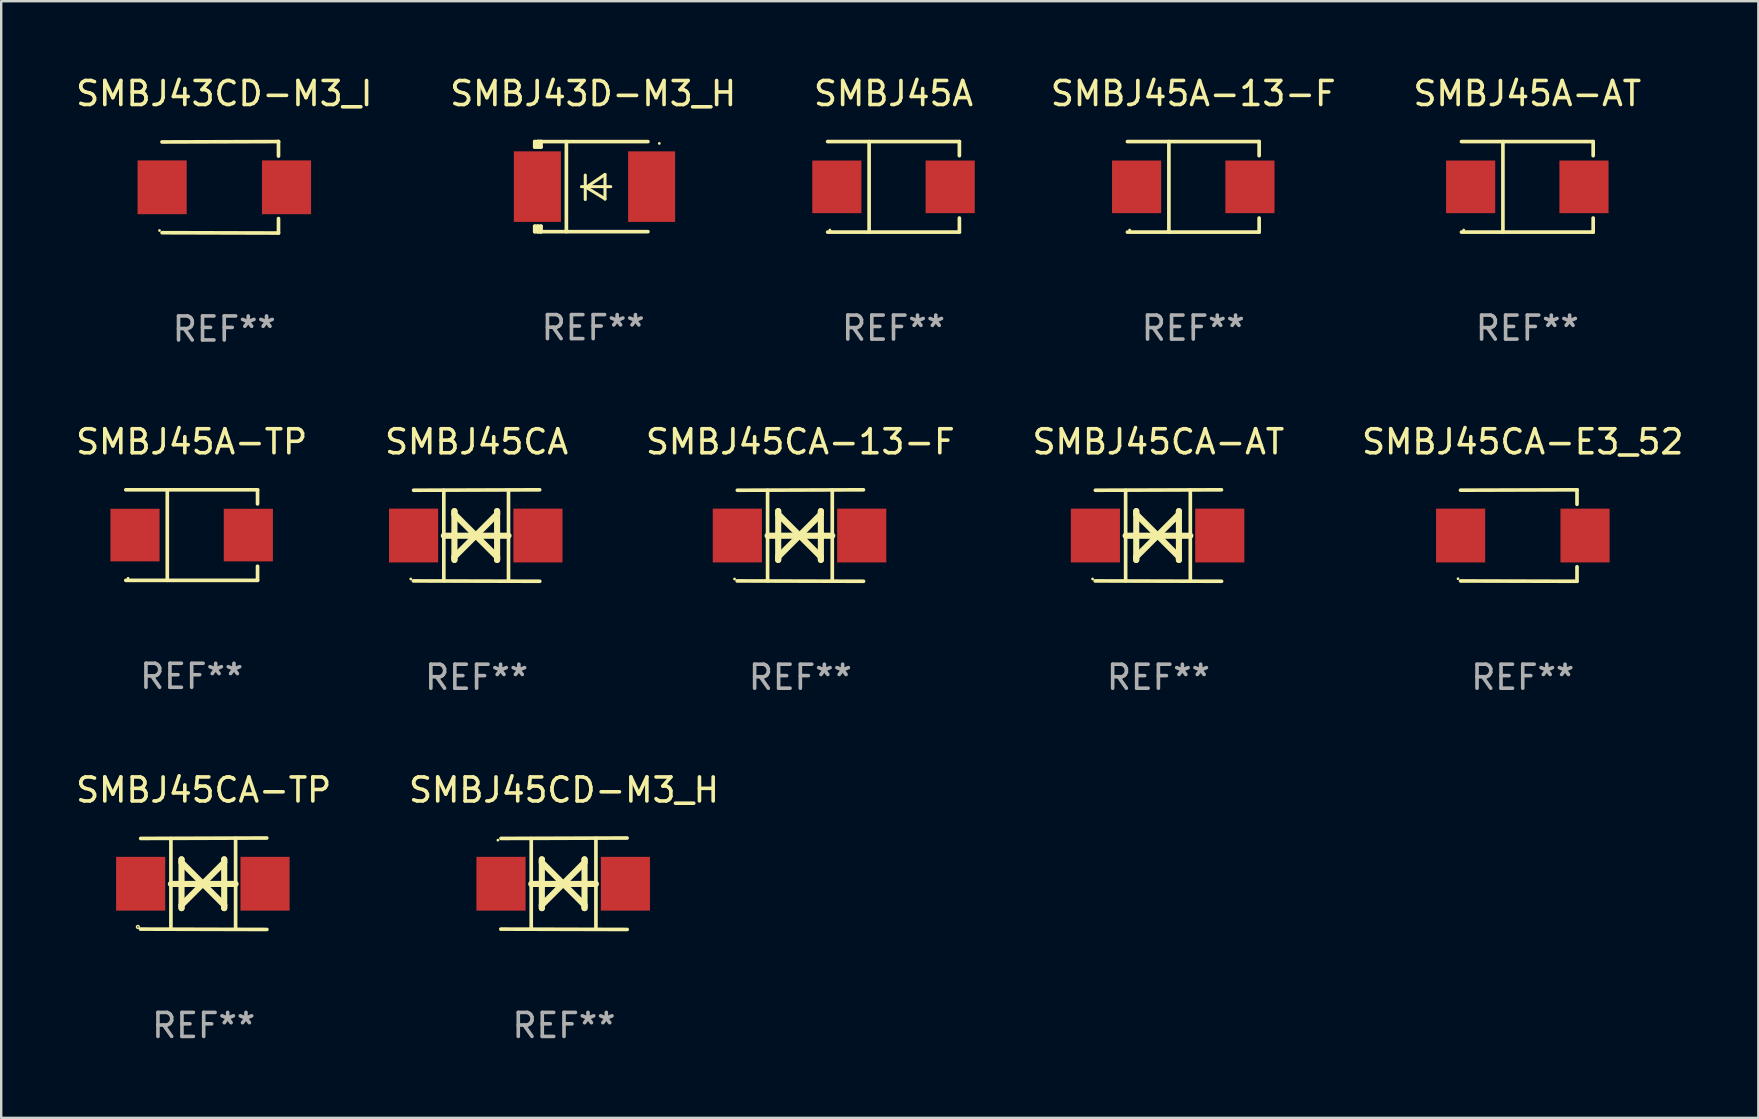
<source format=kicad_pcb>
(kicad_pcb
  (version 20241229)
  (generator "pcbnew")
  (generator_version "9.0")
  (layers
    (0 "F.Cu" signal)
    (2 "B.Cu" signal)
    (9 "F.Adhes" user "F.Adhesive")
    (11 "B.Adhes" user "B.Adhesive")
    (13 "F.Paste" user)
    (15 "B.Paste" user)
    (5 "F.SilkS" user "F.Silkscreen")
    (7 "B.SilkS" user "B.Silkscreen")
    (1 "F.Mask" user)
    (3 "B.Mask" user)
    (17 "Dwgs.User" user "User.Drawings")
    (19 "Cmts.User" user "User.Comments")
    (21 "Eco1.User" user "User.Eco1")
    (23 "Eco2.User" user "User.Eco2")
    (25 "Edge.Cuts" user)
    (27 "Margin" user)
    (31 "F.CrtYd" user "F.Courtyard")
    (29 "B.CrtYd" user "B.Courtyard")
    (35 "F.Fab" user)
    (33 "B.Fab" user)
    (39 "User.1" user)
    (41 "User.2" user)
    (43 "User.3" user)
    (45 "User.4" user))
  (footprint "SMBJ45CA-AT"
    (layer "F.Cu")
    (at 45.208 19.26)
    (property "Reference" "SMBJ45CA-AT" (at 0 -3.905 0) (layer "F.SilkS") (effects (font (size 1 1) (thickness 0.15))))
    (attr through_hole)
    (fp_line (start -1.365 1.886) (end -1.365 -1.886) (stroke (width 0.152) (type solid)) (layer "F.SilkS"))
    (fp_line (start -1.365 0.008) (end 1.33 0.008) (stroke (width 0.254) (type solid)) (layer "F.SilkS"))
    (fp_line (start -0.923 -1.016) (end -0.923 1.016) (stroke (width 0.254) (type solid)) (layer "F.SilkS"))
    (fp_line (start -0.923 -0.889) (end -0.923 -1.016) (stroke (width 0.254) (type solid)) (layer "F.SilkS"))
    (fp_line (start -0.923 0.889) (end -0.034 0) (stroke (width 0.254) (type solid)) (layer "F.SilkS"))
    (fp_line (start -0.923 1.016) (end -0.923 0.889) (stroke (width 0.254) (type solid)) (layer "F.SilkS"))
    (fp_line (start -0.034 0) (end -0.923 -0.889) (stroke (width 0.254) (type solid)) (layer "F.SilkS"))
    (fp_line (start -0.034 0) (end 0.855 0.889) (stroke (width 0.254) (type solid)) (layer "F.SilkS"))
    (fp_line (start 0.855 -1.016) (end 0.855 -0.889) (stroke (width 0.254) (type solid)) (layer "F.SilkS"))
    (fp_line (start 0.855 -0.889) (end -0.034 0) (stroke (width 0.254) (type solid)) (layer "F.SilkS"))
    (fp_line (start 0.855 0.889) (end 0.855 1.016) (stroke (width 0.254) (type solid)) (layer "F.SilkS"))
    (fp_line (start 0.855 1.016) (end 0.855 -1.016) (stroke (width 0.254) (type solid)) (layer "F.SilkS"))
    (fp_line (start 1.33 1.886) (end 1.33 -1.886) (stroke (width 0.152) (type solid)) (layer "F.SilkS"))
    (fp_line (start 2.629 -1.905) (end -2.625 -1.887) (stroke (width 0.152) (type solid)) (layer "F.SilkS"))
    (fp_line (start 2.633 1.905) (end -2.633 1.89) (stroke (width 0.152) (type solid)) (layer "F.SilkS"))
    (fp_circle (center -2.741 1.81) (end -2.711 1.81) (stroke (width 0.06) (type solid)) (fill no) (layer "F.SilkS"))
    (fp_text user "REF**" (at 0 5.905 0) (layer "F.Fab") (effects (font (size 1 1) (thickness 0.15))))
    (pad "1" smd rect (at -2.625 0) (size 2.047 2.241) (layers "F.Cu" "F.Mask" "F.Paste"))
    (pad "2" smd rect (at 2.557 0) (size 2.047 2.241) (layers "F.Cu" "F.Mask" "F.Paste")))
  (footprint "SMBJ45A"
    (layer "F.Cu")
    (at 34.173 4.734)
    (property "Reference" "SMBJ45A" (at 0 -3.886 0) (layer "F.SilkS") (effects (font (size 1 1) (thickness 0.15))))
    (attr through_hole)
    (fp_line (start -2.744 -1.886) (end 2.744 -1.886) (stroke (width 0.152) (type solid)) (layer "F.SilkS"))
    (fp_line (start -2.744 1.886) (end 2.744 1.886) (stroke (width 0.152) (type solid)) (layer "F.SilkS"))
    (fp_line (start -1.016 -1.886) (end -1.016 1.886) (stroke (width 0.152) (type solid)) (layer "F.SilkS"))
    (fp_line (start 2.744 -1.886) (end 2.744 -1.299) (stroke (width 0.152) (type solid)) (layer "F.SilkS"))
    (fp_line (start 2.744 1.886) (end 2.744 1.299) (stroke (width 0.152) (type solid)) (layer "F.SilkS"))
    (fp_circle (center -2.65 1.8) (end -2.62 1.8) (stroke (width 0.06) (type solid)) (fill no) (layer "F.SilkS"))
    (fp_text user "REF**" (at 0 5.886 0) (layer "F.Fab") (effects (font (size 1 1) (thickness 0.15))))
    (pad "1" smd rect (at -2.361 0) (size 2.047 2.192) (layers "F.Cu" "F.Mask" "F.Paste"))
    (pad "2" smd rect (at 2.361 0) (size 2.047 2.192) (layers "F.Cu" "F.Mask" "F.Paste")))
  (footprint "SMBJ43CD-M3_I"
    (layer "F.Cu")
    (at 6.292 4.753)
    (property "Reference" "SMBJ43CD-M3_I" (at 0 -3.905 0) (layer "F.SilkS") (effects (font (size 1 1) (thickness 0.15))))
    (attr through_hole)
    (fp_line (start 2.256 -1.905) (end -2.594 -1.889) (stroke (width 0.152) (type solid)) (layer "F.SilkS"))
    (fp_line (start 2.256 -1.905) (end 2.26 -1.905) (stroke (width 0.152) (type solid)) (layer "F.SilkS"))
    (fp_line (start 2.26 -1.905) (end 2.26 -1.301) (stroke (width 0.152) (type solid)) (layer "F.SilkS"))
    (fp_line (start 2.26 1.301) (end 2.26 1.905) (stroke (width 0.152) (type solid)) (layer "F.SilkS"))
    (fp_line (start 2.26 1.905) (end -2.59 1.892) (stroke (width 0.152) (type solid)) (layer "F.SilkS"))
    (fp_circle (center -2.697 1.8) (end -2.667 1.8) (stroke (width 0.06) (type solid)) (fill no) (layer "F.SilkS"))
    (fp_text user "REF**" (at 0 5.905 0) (layer "F.Fab") (effects (font (size 1 1) (thickness 0.15))))
    (pad "1" smd rect (at -2.588 0) (size 2.047 2.241) (layers "F.Cu" "F.Mask" "F.Paste"))
    (pad "2" smd rect (at 2.594 0) (size 2.047 2.241) (layers "F.Cu" "F.Mask" "F.Paste")))
  (footprint "SMBJ45CA"
    (layer "F.Cu")
    (at 16.804 19.26)
    (property "Reference" "SMBJ45CA" (at 0 -3.905 0) (layer "F.SilkS") (effects (font (size 1 1) (thickness 0.15))))
    (attr through_hole)
    (fp_line (start -1.365 1.886) (end -1.365 -1.886) (stroke (width 0.152) (type solid)) (layer "F.SilkS"))
    (fp_line (start -1.365 0.008) (end 1.33 0.008) (stroke (width 0.254) (type solid)) (layer "F.SilkS"))
    (fp_line (start -0.923 -1.016) (end -0.923 1.016) (stroke (width 0.254) (type solid)) (layer "F.SilkS"))
    (fp_line (start -0.923 -0.889) (end -0.923 -1.016) (stroke (width 0.254) (type solid)) (layer "F.SilkS"))
    (fp_line (start -0.923 0.889) (end -0.034 0) (stroke (width 0.254) (type solid)) (layer "F.SilkS"))
    (fp_line (start -0.923 1.016) (end -0.923 0.889) (stroke (width 0.254) (type solid)) (layer "F.SilkS"))
    (fp_line (start -0.034 0) (end -0.923 -0.889) (stroke (width 0.254) (type solid)) (layer "F.SilkS"))
    (fp_line (start -0.034 0) (end 0.855 0.889) (stroke (width 0.254) (type solid)) (layer "F.SilkS"))
    (fp_line (start 0.855 -1.016) (end 0.855 -0.889) (stroke (width 0.254) (type solid)) (layer "F.SilkS"))
    (fp_line (start 0.855 -0.889) (end -0.034 0) (stroke (width 0.254) (type solid)) (layer "F.SilkS"))
    (fp_line (start 0.855 0.889) (end 0.855 1.016) (stroke (width 0.254) (type solid)) (layer "F.SilkS"))
    (fp_line (start 0.855 1.016) (end 0.855 -1.016) (stroke (width 0.254) (type solid)) (layer "F.SilkS"))
    (fp_line (start 1.33 1.886) (end 1.33 -1.886) (stroke (width 0.152) (type solid)) (layer "F.SilkS"))
    (fp_line (start 2.629 -1.905) (end -2.625 -1.887) (stroke (width 0.152) (type solid)) (layer "F.SilkS"))
    (fp_line (start 2.633 1.905) (end -2.633 1.89) (stroke (width 0.152) (type solid)) (layer "F.SilkS"))
    (fp_circle (center -2.741 1.81) (end -2.711 1.81) (stroke (width 0.06) (type solid)) (fill no) (layer "F.SilkS"))
    (fp_text user "REF**" (at 0 5.905 0) (layer "F.Fab") (effects (font (size 1 1) (thickness 0.15))))
    (pad "1" smd rect (at -2.625 0) (size 2.047 2.241) (layers "F.Cu" "F.Mask" "F.Paste"))
    (pad "2" smd rect (at 2.557 0) (size 2.047 2.241) (layers "F.Cu" "F.Mask" "F.Paste")))
  (footprint "SMBJ45A-13-F"
    (layer "F.Cu")
    (at 46.661 4.734)
    (property "Reference" "SMBJ45A-13-F" (at 0 -3.886 0) (layer "F.SilkS") (effects (font (size 1 1) (thickness 0.15))))
    (attr through_hole)
    (fp_line (start -2.744 -1.886) (end 2.744 -1.886) (stroke (width 0.152) (type solid)) (layer "F.SilkS"))
    (fp_line (start -2.744 1.886) (end 2.744 1.886) (stroke (width 0.152) (type solid)) (layer "F.SilkS"))
    (fp_line (start -1.016 -1.886) (end -1.016 1.886) (stroke (width 0.152) (type solid)) (layer "F.SilkS"))
    (fp_line (start 2.744 -1.886) (end 2.744 -1.299) (stroke (width 0.152) (type solid)) (layer "F.SilkS"))
    (fp_line (start 2.744 1.886) (end 2.744 1.299) (stroke (width 0.152) (type solid)) (layer "F.SilkS"))
    (fp_circle (center -2.65 1.8) (end -2.62 1.8) (stroke (width 0.06) (type solid)) (fill no) (layer "F.SilkS"))
    (fp_text user "REF**" (at 0 5.886 0) (layer "F.Fab") (effects (font (size 1 1) (thickness 0.15))))
    (pad "1" smd rect (at -2.361 0) (size 2.047 2.192) (layers "F.Cu" "F.Mask" "F.Paste"))
    (pad "2" smd rect (at 2.361 0) (size 2.047 2.192) (layers "F.Cu" "F.Mask" "F.Paste")))
  (footprint "SMBJ43D-M3_H"
    (layer "F.Cu")
    (at 21.661 4.725)
    (property "Reference" "SMBJ43D-M3_H" (at 0 -3.876 0) (layer "F.SilkS") (effects (font (size 1 1) (thickness 0.15))))
    (attr through_hole)
    (fp_line (start -2.435 1.65) (end -2.171 1.65) (stroke (width 0.152) (type solid)) (layer "F.SilkS"))
    (fp_line (start -2.435 1.876) (end -2.435 1.65) (stroke (width 0.152) (type solid)) (layer "F.SilkS"))
    (fp_line (start -2.435 -1.876) (end -2.171 -1.876) (stroke (width 0.152) (type solid)) (layer "F.SilkS"))
    (fp_line (start -2.435 -1.65) (end -2.435 -1.876) (stroke (width 0.152) (type solid)) (layer "F.SilkS"))
    (fp_line (start -2.305 -1.866) (end -2.295 -1.876) (stroke (width 0.152) (type solid)) (layer "F.SilkS"))
    (fp_line (start -2.305 -1.65) (end -2.305 -1.866) (stroke (width 0.152) (type solid)) (layer "F.SilkS"))
    (fp_line (start -2.305 1.876) (end -2.305 1.65) (stroke (width 0.152) (type solid)) (layer "F.SilkS"))
    (fp_line (start -2.295 -1.876) (end -2.295 -1.65) (stroke (width 0.152) (type solid)) (layer "F.SilkS"))
    (fp_line (start -2.171 1.876) (end -2.435 1.876) (stroke (width 0.152) (type solid)) (layer "F.SilkS"))
    (fp_line (start -2.171 -1.65) (end -2.435 -1.65) (stroke (width 0.152) (type solid)) (layer "F.SilkS"))
    (fp_line (start -2.171 -1.876) (end -2.295 -1.876) (stroke (width 0.152) (type solid)) (layer "F.SilkS"))
    (fp_line (start -2.171 -1.65) (end -2.171 -1.876) (stroke (width 0.152) (type solid)) (layer "F.SilkS"))
    (fp_line (start -2.171 1.876) (end -2.305 1.876) (stroke (width 0.152) (type solid)) (layer "F.SilkS"))
    (fp_line (start -2.171 1.876) (end -2.171 1.65) (stroke (width 0.152) (type solid)) (layer "F.SilkS"))
    (fp_line (start -1.116 1.876) (end -1.116 -1.876) (stroke (width 0.152) (type solid)) (layer "F.SilkS"))
    (fp_line (start -0.488 0.000102) (end 0.731 0.000102) (stroke (width 0.127) (type solid)) (layer "F.SilkS"))
    (fp_line (start -0.329 -0.48) (end -0.329 0.536) (stroke (width 0.127) (type solid)) (layer "F.SilkS"))
    (fp_line (start -0.29 0.03) (end 0.493 0.51) (stroke (width 0.127) (type solid)) (layer "F.SilkS"))
    (fp_line (start 0.493 -0.51) (end -0.29 0.03) (stroke (width 0.127) (type solid)) (layer "F.SilkS"))
    (fp_line (start 0.493 0.52) (end 0.493 -0.496) (stroke (width 0.127) (type solid)) (layer "F.SilkS"))
    (fp_line (start 2.281 -1.876) (end -2.171 -1.876) (stroke (width 0.152) (type solid)) (layer "F.SilkS"))
    (fp_line (start 2.281 1.876) (end -2.171 1.876) (stroke (width 0.152) (type solid)) (layer "F.SilkS"))
    (fp_circle (center 2.755 -1.8) (end 2.785 -1.8) (stroke (width 0.06) (type solid)) (fill no) (layer "F.SilkS"))
    (fp_text user "REF**" (at 0 5.876 0) (layer "F.Fab") (effects (font (size 1 1) (thickness 0.15))))
    (pad "1" smd rect (at 2.435 -0.000025 180) (size 1.96 2.94) (layers "F.Cu" "F.Mask" "F.Paste"))
    (pad "2" smd rect (at -2.325 -0.000025 180) (size 1.96 2.94) (layers "F.Cu" "F.Mask" "F.Paste")))
  (footprint "SMBJ45A-TP"
    (layer "F.Cu")
    (at 4.935 19.241)
    (property "Reference" "SMBJ45A-TP" (at 0 -3.886 0) (layer "F.SilkS") (effects (font (size 1 1) (thickness 0.15))))
    (attr through_hole)
    (fp_line (start -2.744 -1.886) (end 2.744 -1.886) (stroke (width 0.152) (type solid)) (layer "F.SilkS"))
    (fp_line (start -2.744 1.886) (end 2.744 1.886) (stroke (width 0.152) (type solid)) (layer "F.SilkS"))
    (fp_line (start -1.016 -1.886) (end -1.016 1.886) (stroke (width 0.152) (type solid)) (layer "F.SilkS"))
    (fp_line (start 2.744 -1.886) (end 2.744 -1.299) (stroke (width 0.152) (type solid)) (layer "F.SilkS"))
    (fp_line (start 2.744 1.886) (end 2.744 1.299) (stroke (width 0.152) (type solid)) (layer "F.SilkS"))
    (fp_circle (center -2.65 1.8) (end -2.62 1.8) (stroke (width 0.06) (type solid)) (fill no) (layer "F.SilkS"))
    (fp_text user "REF**" (at 0 5.886 0) (layer "F.Fab") (effects (font (size 1 1) (thickness 0.15))))
    (pad "1" smd rect (at -2.361 0) (size 2.047 2.192) (layers "F.Cu" "F.Mask" "F.Paste"))
    (pad "2" smd rect (at 2.361 0) (size 2.047 2.192) (layers "F.Cu" "F.Mask" "F.Paste")))
  (footprint "SMBJ45CA-13-F"
    (layer "F.Cu")
    (at 30.292 19.26)
    (property "Reference" "SMBJ45CA-13-F" (at 0 -3.905 0) (layer "F.SilkS") (effects (font (size 1 1) (thickness 0.15))))
    (attr through_hole)
    (fp_line (start -1.365 1.886) (end -1.365 -1.886) (stroke (width 0.152) (type solid)) (layer "F.SilkS"))
    (fp_line (start -1.365 0.008) (end 1.33 0.008) (stroke (width 0.254) (type solid)) (layer "F.SilkS"))
    (fp_line (start -0.923 -1.016) (end -0.923 1.016) (stroke (width 0.254) (type solid)) (layer "F.SilkS"))
    (fp_line (start -0.923 -0.889) (end -0.923 -1.016) (stroke (width 0.254) (type solid)) (layer "F.SilkS"))
    (fp_line (start -0.923 0.889) (end -0.034 0) (stroke (width 0.254) (type solid)) (layer "F.SilkS"))
    (fp_line (start -0.923 1.016) (end -0.923 0.889) (stroke (width 0.254) (type solid)) (layer "F.SilkS"))
    (fp_line (start -0.034 0) (end -0.923 -0.889) (stroke (width 0.254) (type solid)) (layer "F.SilkS"))
    (fp_line (start -0.034 0) (end 0.855 0.889) (stroke (width 0.254) (type solid)) (layer "F.SilkS"))
    (fp_line (start 0.855 -1.016) (end 0.855 -0.889) (stroke (width 0.254) (type solid)) (layer "F.SilkS"))
    (fp_line (start 0.855 -0.889) (end -0.034 0) (stroke (width 0.254) (type solid)) (layer "F.SilkS"))
    (fp_line (start 0.855 0.889) (end 0.855 1.016) (stroke (width 0.254) (type solid)) (layer "F.SilkS"))
    (fp_line (start 0.855 1.016) (end 0.855 -1.016) (stroke (width 0.254) (type solid)) (layer "F.SilkS"))
    (fp_line (start 1.33 1.886) (end 1.33 -1.886) (stroke (width 0.152) (type solid)) (layer "F.SilkS"))
    (fp_line (start 2.629 -1.905) (end -2.625 -1.887) (stroke (width 0.152) (type solid)) (layer "F.SilkS"))
    (fp_line (start 2.633 1.905) (end -2.633 1.89) (stroke (width 0.152) (type solid)) (layer "F.SilkS"))
    (fp_circle (center -2.741 1.81) (end -2.711 1.81) (stroke (width 0.06) (type solid)) (fill no) (layer "F.SilkS"))
    (fp_text user "REF**" (at 0 5.905 0) (layer "F.Fab") (effects (font (size 1 1) (thickness 0.15))))
    (pad "1" smd rect (at -2.625 0) (size 2.047 2.241) (layers "F.Cu" "F.Mask" "F.Paste"))
    (pad "2" smd rect (at 2.557 0) (size 2.047 2.241) (layers "F.Cu" "F.Mask" "F.Paste")))
  (footprint "SMBJ45CA-E3_52"
    (layer "F.Cu")
    (at 60.387 19.26)
    (property "Reference" "SMBJ45CA-E3_52" (at 0 -3.905 0) (layer "F.SilkS") (effects (font (size 1 1) (thickness 0.15))))
    (attr through_hole)
    (fp_line (start 2.256 -1.905) (end -2.594 -1.889) (stroke (width 0.152) (type solid)) (layer "F.SilkS"))
    (fp_line (start 2.256 -1.905) (end 2.26 -1.905) (stroke (width 0.152) (type solid)) (layer "F.SilkS"))
    (fp_line (start 2.26 -1.905) (end 2.26 -1.301) (stroke (width 0.152) (type solid)) (layer "F.SilkS"))
    (fp_line (start 2.26 1.301) (end 2.26 1.905) (stroke (width 0.152) (type solid)) (layer "F.SilkS"))
    (fp_line (start 2.26 1.905) (end -2.59 1.892) (stroke (width 0.152) (type solid)) (layer "F.SilkS"))
    (fp_circle (center -2.697 1.8) (end -2.667 1.8) (stroke (width 0.06) (type solid)) (fill no) (layer "F.SilkS"))
    (fp_text user "REF**" (at 0 5.905 0) (layer "F.Fab") (effects (font (size 1 1) (thickness 0.15))))
    (pad "1" smd rect (at -2.588 0) (size 2.047 2.241) (layers "F.Cu" "F.Mask" "F.Paste"))
    (pad "2" smd rect (at 2.594 0) (size 2.047 2.241) (layers "F.Cu" "F.Mask" "F.Paste")))
  (footprint "SMBJ45CD-M3_H"
    (layer "F.Cu")
    (at 20.446 33.766)
    (property "Reference" "SMBJ45CD-M3_H" (at 0 -3.905 0) (layer "F.SilkS") (effects (font (size 1 1) (thickness 0.15))))
    (attr through_hole)
    (fp_line (start -1.365 1.886) (end -1.365 -1.886) (stroke (width 0.152) (type solid)) (layer "F.SilkS"))
    (fp_line (start -1.365 0.008) (end 1.33 0.008) (stroke (width 0.254) (type solid)) (layer "F.SilkS"))
    (fp_line (start -0.923 -1.016) (end -0.923 1.016) (stroke (width 0.254) (type solid)) (layer "F.SilkS"))
    (fp_line (start -0.923 -0.889) (end -0.923 -1.016) (stroke (width 0.254) (type solid)) (layer "F.SilkS"))
    (fp_line (start -0.923 0.889) (end -0.034 0) (stroke (width 0.254) (type solid)) (layer "F.SilkS"))
    (fp_line (start -0.923 1.016) (end -0.923 0.889) (stroke (width 0.254) (type solid)) (layer "F.SilkS"))
    (fp_line (start -0.034 0) (end -0.923 -0.889) (stroke (width 0.254) (type solid)) (layer "F.SilkS"))
    (fp_line (start -0.034 0) (end 0.855 0.889) (stroke (width 0.254) (type solid)) (layer "F.SilkS"))
    (fp_line (start 0.855 -1.016) (end 0.855 -0.889) (stroke (width 0.254) (type solid)) (layer "F.SilkS"))
    (fp_line (start 0.855 -0.889) (end -0.034 0) (stroke (width 0.254) (type solid)) (layer "F.SilkS"))
    (fp_line (start 0.855 0.889) (end 0.855 1.016) (stroke (width 0.254) (type solid)) (layer "F.SilkS"))
    (fp_line (start 0.855 1.016) (end 0.855 -1.016) (stroke (width 0.254) (type solid)) (layer "F.SilkS"))
    (fp_line (start 1.33 1.886) (end 1.33 -1.886) (stroke (width 0.152) (type solid)) (layer "F.SilkS"))
    (fp_line (start 2.629 -1.905) (end -2.625 -1.887) (stroke (width 0.152) (type solid)) (layer "F.SilkS"))
    (fp_line (start 2.633 1.905) (end -2.633 1.89) (stroke (width 0.152) (type solid)) (layer "F.SilkS"))
    (fp_circle (center -2.753 -1.816) (end -2.723 -1.816) (stroke (width 0.06) (type solid)) (fill no) (layer "F.SilkS"))
    (fp_text user "REF**" (at 0 5.905 0) (layer "F.Fab") (effects (font (size 1 1) (thickness 0.15))))
    (pad "1" smd rect (at -2.625 0) (size 2.047 2.241) (layers "F.Cu" "F.Mask" "F.Paste"))
    (pad "2" smd rect (at 2.557 0) (size 2.047 2.241) (layers "F.Cu" "F.Mask" "F.Paste")))
  (footprint "SMBJ45CA-TP"
    (layer "F.Cu")
    (at 5.435 33.766)
    (property "Reference" "SMBJ45CA-TP" (at 0 -3.905 0) (layer "F.SilkS") (effects (font (size 1 1) (thickness 0.15))))
    (attr through_hole)
    (fp_line (start -1.365 1.886) (end -1.365 -1.886) (stroke (width 0.152) (type solid)) (layer "F.SilkS"))
    (fp_line (start -1.365 0.008) (end 1.33 0.008) (stroke (width 0.254) (type solid)) (layer "F.SilkS"))
    (fp_line (start -0.923 -1.016) (end -0.923 1.016) (stroke (width 0.254) (type solid)) (layer "F.SilkS"))
    (fp_line (start -0.923 -0.889) (end -0.923 -1.016) (stroke (width 0.254) (type solid)) (layer "F.SilkS"))
    (fp_line (start -0.923 0.889) (end -0.034 0) (stroke (width 0.254) (type solid)) (layer "F.SilkS"))
    (fp_line (start -0.923 1.016) (end -0.923 0.889) (stroke (width 0.254) (type solid)) (layer "F.SilkS"))
    (fp_line (start -0.034 0) (end -0.923 -0.889) (stroke (width 0.254) (type solid)) (layer "F.SilkS"))
    (fp_line (start -0.034 0) (end 0.855 0.889) (stroke (width 0.254) (type solid)) (layer "F.SilkS"))
    (fp_line (start 0.855 -1.016) (end 0.855 -0.889) (stroke (width 0.254) (type solid)) (layer "F.SilkS"))
    (fp_line (start 0.855 -0.889) (end -0.034 0) (stroke (width 0.254) (type solid)) (layer "F.SilkS"))
    (fp_line (start 0.855 0.889) (end 0.855 1.016) (stroke (width 0.254) (type solid)) (layer "F.SilkS"))
    (fp_line (start 0.855 1.016) (end 0.855 -1.016) (stroke (width 0.254) (type solid)) (layer "F.SilkS"))
    (fp_line (start 1.33 1.886) (end 1.33 -1.886) (stroke (width 0.152) (type solid)) (layer "F.SilkS"))
    (fp_line (start 2.629 -1.905) (end -2.625 -1.887) (stroke (width 0.152) (type solid)) (layer "F.SilkS"))
    (fp_line (start 2.633 1.905) (end -2.633 1.89) (stroke (width 0.152) (type solid)) (layer "F.SilkS"))
    (fp_circle (center -2.741 1.8) (end -2.712 1.8) (stroke (width 0.06) (type solid)) (fill no) (layer "F.SilkS"))
    (fp_text user "REF**" (at 0 5.905 0) (layer "F.Fab") (effects (font (size 1 1) (thickness 0.15))))
    (pad "1" smd rect (at -2.625 0) (size 2.047 2.241) (layers "F.Cu" "F.Mask" "F.Paste"))
    (pad "2" smd rect (at 2.557 0) (size 2.047 2.241) (layers "F.Cu" "F.Mask" "F.Paste")))
  (footprint "SMBJ45A-AT"
    (layer "F.Cu")
    (at 60.577 4.734)
    (property "Reference" "SMBJ45A-AT" (at 0 -3.886 0) (layer "F.SilkS") (effects (font (size 1 1) (thickness 0.15))))
    (attr through_hole)
    (fp_line (start -2.744 -1.886) (end 2.744 -1.886) (stroke (width 0.152) (type solid)) (layer "F.SilkS"))
    (fp_line (start -2.744 1.886) (end 2.744 1.886) (stroke (width 0.152) (type solid)) (layer "F.SilkS"))
    (fp_line (start -1.016 -1.886) (end -1.016 1.886) (stroke (width 0.152) (type solid)) (layer "F.SilkS"))
    (fp_line (start 2.744 -1.886) (end 2.744 -1.299) (stroke (width 0.152) (type solid)) (layer "F.SilkS"))
    (fp_line (start 2.744 1.886) (end 2.744 1.299) (stroke (width 0.152) (type solid)) (layer "F.SilkS"))
    (fp_circle (center -2.65 1.8) (end -2.62 1.8) (stroke (width 0.06) (type solid)) (fill no) (layer "F.SilkS"))
    (fp_text user "REF**" (at 0 5.886 0) (layer "F.Fab") (effects (font (size 1 1) (thickness 0.15))))
    (pad "1" smd rect (at -2.361 0) (size 2.047 2.192) (layers "F.Cu" "F.Mask" "F.Paste"))
    (pad "2" smd rect (at 2.361 0) (size 2.047 2.192) (layers "F.Cu" "F.Mask" "F.Paste")))
  (gr_rect
    (start -3 -3)
    (end 70.202 43.52)
    (stroke (width 0.1) (type default))
    (fill no)
    (layer "Edge.Cuts")))
</source>
